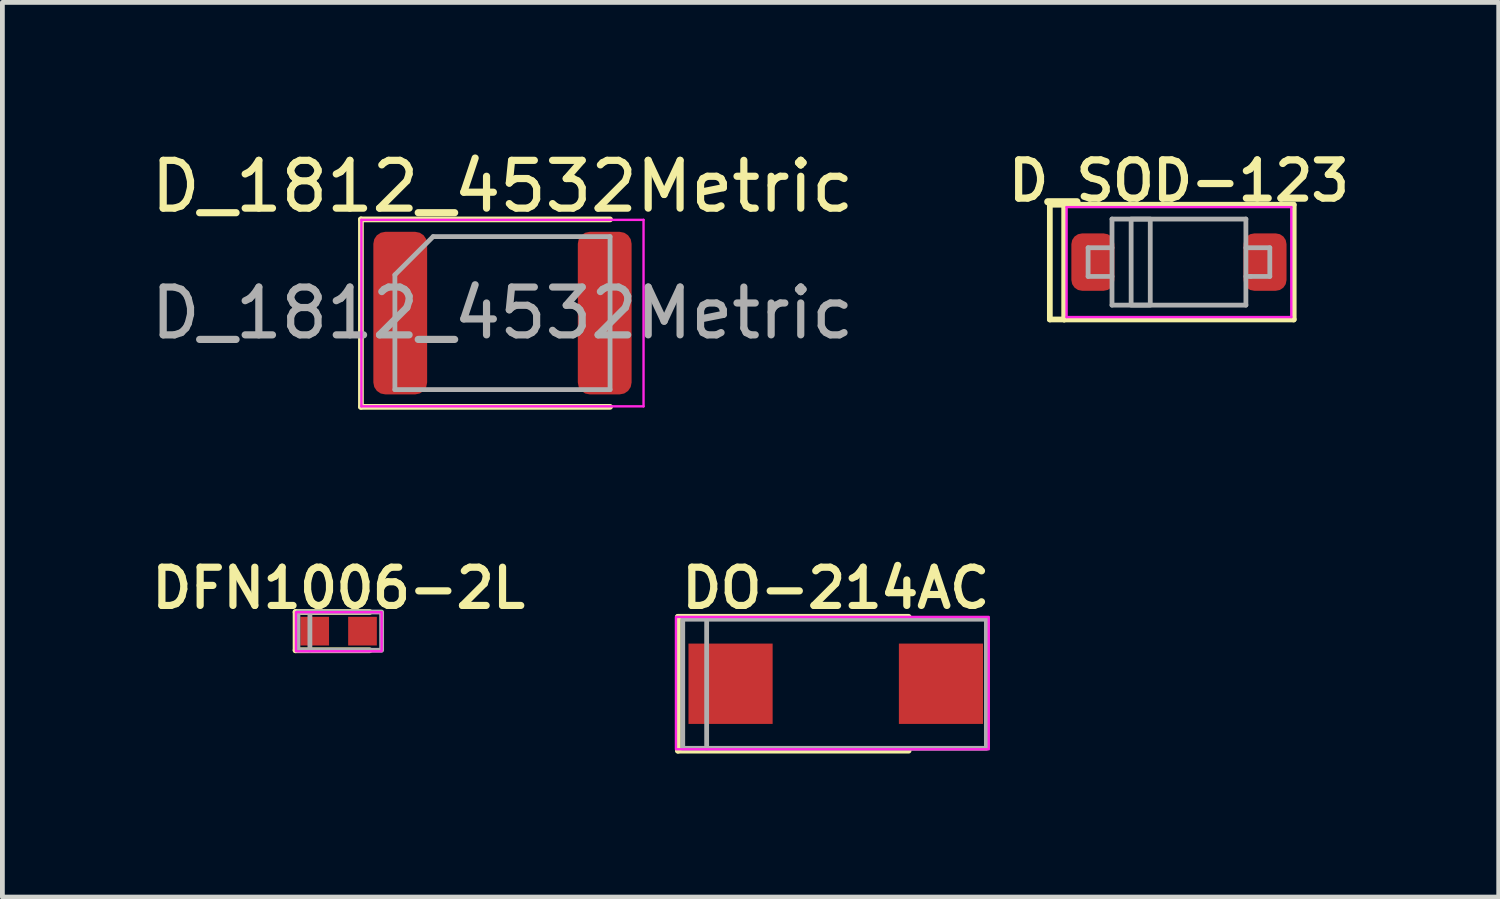
<source format=kicad_pcb>
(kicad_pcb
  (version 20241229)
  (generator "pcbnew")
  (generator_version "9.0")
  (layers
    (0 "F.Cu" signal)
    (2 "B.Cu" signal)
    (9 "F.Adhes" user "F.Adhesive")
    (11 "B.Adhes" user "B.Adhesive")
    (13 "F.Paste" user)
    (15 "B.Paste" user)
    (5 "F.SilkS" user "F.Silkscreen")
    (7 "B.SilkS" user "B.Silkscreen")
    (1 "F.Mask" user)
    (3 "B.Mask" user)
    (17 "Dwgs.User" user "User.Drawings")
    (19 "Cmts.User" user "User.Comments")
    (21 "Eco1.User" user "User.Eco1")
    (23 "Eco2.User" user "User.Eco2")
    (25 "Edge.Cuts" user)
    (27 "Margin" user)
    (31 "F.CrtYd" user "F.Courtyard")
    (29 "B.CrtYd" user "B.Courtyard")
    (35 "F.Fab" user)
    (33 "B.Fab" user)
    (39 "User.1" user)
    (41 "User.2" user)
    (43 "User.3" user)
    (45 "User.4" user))
  (footprint "DO-214AC"
    (layer "F.Cu")
    (at 14.428 11.249)
    (property "Reference" "DO-214AC" (at 0 -2 0) (unlocked yes) (layer "F.SilkS") (effects (font (size 0.8 0.8) (thickness 0.15))))
    (attr smd)
    (fp_line (start -3.3 -1.4) (end -3.3 1.4) (stroke (width 0.12) (type default)) (layer "F.SilkS"))
    (fp_line (start -3.3 1.4) (end 1.524 1.4) (stroke (width 0.12) (type default)) (layer "F.SilkS"))
    (fp_line (start 1.524 -1.4) (end -3.3 -1.4) (stroke (width 0.12) (type default)) (layer "F.SilkS"))
    (fp_rect (start -3.342 -1.397) (end 3.2 1.37) (stroke (width 0.05) (type default)) (fill no) (layer "F.CrtYd"))
    (fp_line (start -2.7 -1.3) (end -2.7 1.35) (stroke (width 0.1) (type default)) (layer "F.Fab"))
    (fp_rect (start -3.2 -1.35) (end 3.15 1.35) (stroke (width 0.1) (type default)) (fill no) (layer "F.Fab"))
    (pad "1" smd rect (at -2.2 0) (size 1.76 1.68) (layers "F.Cu" "F.Mask" "F.Paste"))
    (pad "2" smd rect (at 2.2 0) (size 1.76 1.68) (layers "F.Cu" "F.Mask" "F.Paste")))
  (footprint "DFN1006-2L"
    (layer "F.Cu")
    (at 4.031 10.149)
    (property "Reference" "DFN1006-2L" (at 0 -0.9 0) (unlocked yes) (layer "F.SilkS") (effects (font (size 0.8 0.8) (thickness 0.15))))
    (attr smd)
    (fp_line (start -0.9 -0.4) (end -0.9 0.4) (stroke (width 0.12) (type default)) (layer "F.SilkS"))
    (fp_line (start -0.9 0.4) (end 0.65 0.4) (stroke (width 0.12) (type default)) (layer "F.SilkS"))
    (fp_line (start 0.65 -0.4) (end -0.9 -0.4) (stroke (width 0.12) (type default)) (layer "F.SilkS"))
    (fp_rect (start -0.892 -0.397) (end 0.9 0.42) (stroke (width 0.05) (type default)) (fill no) (layer "F.CrtYd"))
    (fp_line (start -0.6 -0.4) (end -0.6 0.4) (stroke (width 0.1) (type default)) (layer "F.Fab"))
    (fp_rect (start -0.85 -0.4) (end 0.9 0.4) (stroke (width 0.1) (type default)) (fill no) (layer "F.Fab"))
    (pad "1" smd rect (at -0.5 0) (size 0.6 0.6) (layers "F.Cu" "F.Mask" "F.Paste"))
    (pad "2" smd rect (at 0.5 0) (size 0.6 0.6) (layers "F.Cu" "F.Mask" "F.Paste")))
  (footprint "D_SOD-123"
    (layer "F.Cu")
    (at 21.605 2.431)
    (property "Reference" "D_SOD-123" (at 0 -1.7 0) (layer "F.SilkS") (effects (font (size 0.8 0.8) (thickness 0.15) (bold yes))))
    (attr smd)
    (fp_line (start -2.7 -1.2) (end -2.7 1.2) (stroke (width 0.12) (type solid)) (layer "F.SilkS"))
    (fp_line (start -2.7 -1.2) (end -2.4 -1.2) (stroke (width 0.12) (type default)) (layer "F.SilkS"))
    (fp_line (start -2.7 1.2) (end -2.4 1.2) (stroke (width 0.12) (type default)) (layer "F.SilkS"))
    (fp_line (start -2.4 -1.2) (end -2.4 1.2) (stroke (width 0.12) (type solid)) (layer "F.SilkS"))
    (fp_line (start -2.4 1.2) (end 2.4 1.2) (stroke (width 0.12) (type solid)) (layer "F.SilkS"))
    (fp_line (start 2.4 -1.2) (end -2.4 -1.2) (stroke (width 0.12) (type solid)) (layer "F.SilkS"))
    (fp_line (start 2.4 1.2) (end 2.4 -1.2) (stroke (width 0.12) (type solid)) (layer "F.SilkS"))
    (fp_line (start -2.35 -1.15) (end -2.35 1.15) (stroke (width 0.05) (type solid)) (layer "F.CrtYd"))
    (fp_line (start -2.35 -1.15) (end 2.35 -1.15) (stroke (width 0.05) (type solid)) (layer "F.CrtYd"))
    (fp_line (start 2.35 -1.15) (end 2.35 1.15) (stroke (width 0.05) (type solid)) (layer "F.CrtYd"))
    (fp_line (start 2.35 1.15) (end -2.35 1.15) (stroke (width 0.05) (type solid)) (layer "F.CrtYd"))
    (fp_line (start -1.9 -0.3) (end -1.9 0.3) (stroke (width 0.1) (type solid)) (layer "F.Fab"))
    (fp_line (start -1.9 0.3) (end -1.4 0.3) (stroke (width 0.1) (type solid)) (layer "F.Fab"))
    (fp_line (start -1.4 -0.9) (end 1.4 -0.9) (stroke (width 0.1) (type solid)) (layer "F.Fab"))
    (fp_line (start -1.4 -0.3) (end -1.9 -0.3) (stroke (width 0.1) (type solid)) (layer "F.Fab"))
    (fp_line (start -1.4 0.9) (end -1.4 -0.9) (stroke (width 0.1) (type solid)) (layer "F.Fab"))
    (fp_line (start 1.4 -0.9) (end 1.4 0.9) (stroke (width 0.1) (type solid)) (layer "F.Fab"))
    (fp_line (start 1.4 -0.3) (end 1.9 -0.3) (stroke (width 0.1) (type solid)) (layer "F.Fab"))
    (fp_line (start 1.4 0.9) (end -1.4 0.9) (stroke (width 0.1) (type solid)) (layer "F.Fab"))
    (fp_line (start 1.5 0.3) (end 1.4 0.3) (stroke (width 0.1) (type solid)) (layer "F.Fab"))
    (fp_line (start 1.9 -0.3) (end 1.9 0.3) (stroke (width 0.1) (type solid)) (layer "F.Fab"))
    (fp_line (start 1.9 0.3) (end 1.5 0.3) (stroke (width 0.1) (type solid)) (layer "F.Fab"))
    (fp_rect (start -1 -0.9) (end -0.6 0.9) (stroke (width 0.1) (type solid)) (fill no) (layer "F.Fab"))
    (pad "1" smd roundrect (at -1.8 0) (size 0.9 1.2) (layers "F.Cu" "F.Mask" "F.Paste") (roundrect_rratio 0.25))
    (pad "2" smd roundrect (at 1.8 0) (size 0.9 1.2) (layers "F.Cu" "F.Mask" "F.Paste") (roundrect_rratio 0.25)))
  (footprint "D_1812_4532Metric"
    (layer "F.Cu")
    (at 7.458 3.498)
    (property "Reference" "D_1812_4532Metric" (at 0 -2.65 0) (layer "F.SilkS") (effects (font (size 1 1) (thickness 0.15))))
    (attr smd)
    (fp_line (start -2.96 -1.96) (end -2.96 1.96) (stroke (width 0.12) (type solid)) (layer "F.SilkS"))
    (fp_line (start -2.96 1.96) (end 2.25 1.96) (stroke (width 0.12) (type solid)) (layer "F.SilkS"))
    (fp_line (start 2.25 -1.96) (end -2.96 -1.96) (stroke (width 0.12) (type solid)) (layer "F.SilkS"))
    (fp_line (start -2.95 -1.95) (end 2.95 -1.95) (stroke (width 0.05) (type solid)) (layer "F.CrtYd"))
    (fp_line (start -2.95 1.95) (end -2.95 -1.95) (stroke (width 0.05) (type solid)) (layer "F.CrtYd"))
    (fp_line (start 2.95 -1.95) (end 2.95 1.95) (stroke (width 0.05) (type solid)) (layer "F.CrtYd"))
    (fp_line (start 2.95 1.95) (end -2.95 1.95) (stroke (width 0.05) (type solid)) (layer "F.CrtYd"))
    (fp_line (start -2.25 -0.8) (end -2.25 1.6) (stroke (width 0.1) (type solid)) (layer "F.Fab"))
    (fp_line (start -2.25 1.6) (end 2.25 1.6) (stroke (width 0.1) (type solid)) (layer "F.Fab"))
    (fp_line (start -1.45 -1.6) (end -2.25 -0.8) (stroke (width 0.1) (type solid)) (layer "F.Fab"))
    (fp_line (start 2.25 -1.6) (end -1.45 -1.6) (stroke (width 0.1) (type solid)) (layer "F.Fab"))
    (fp_line (start 2.25 1.6) (end 2.25 -1.6) (stroke (width 0.1) (type solid)) (layer "F.Fab"))
    (fp_text user "${REFERENCE}" (at 0 0 0) (layer "F.Fab") (effects (font (size 1 1) (thickness 0.15))))
    (pad "1" smd roundrect (at -2.138 0) (size 1.125 3.4) (layers "F.Cu" "F.Mask" "F.Paste") (roundrect_rratio 0.222))
    (pad "2" smd roundrect (at 2.138 0) (size 1.125 3.4) (layers "F.Cu" "F.Mask" "F.Paste") (roundrect_rratio 0.222)))
  (gr_rect
    (start -3 -3)
    (end 28.292 15.71)
    (stroke (width 0.1) (type default))
    (fill no)
    (layer "Edge.Cuts")))
</source>
